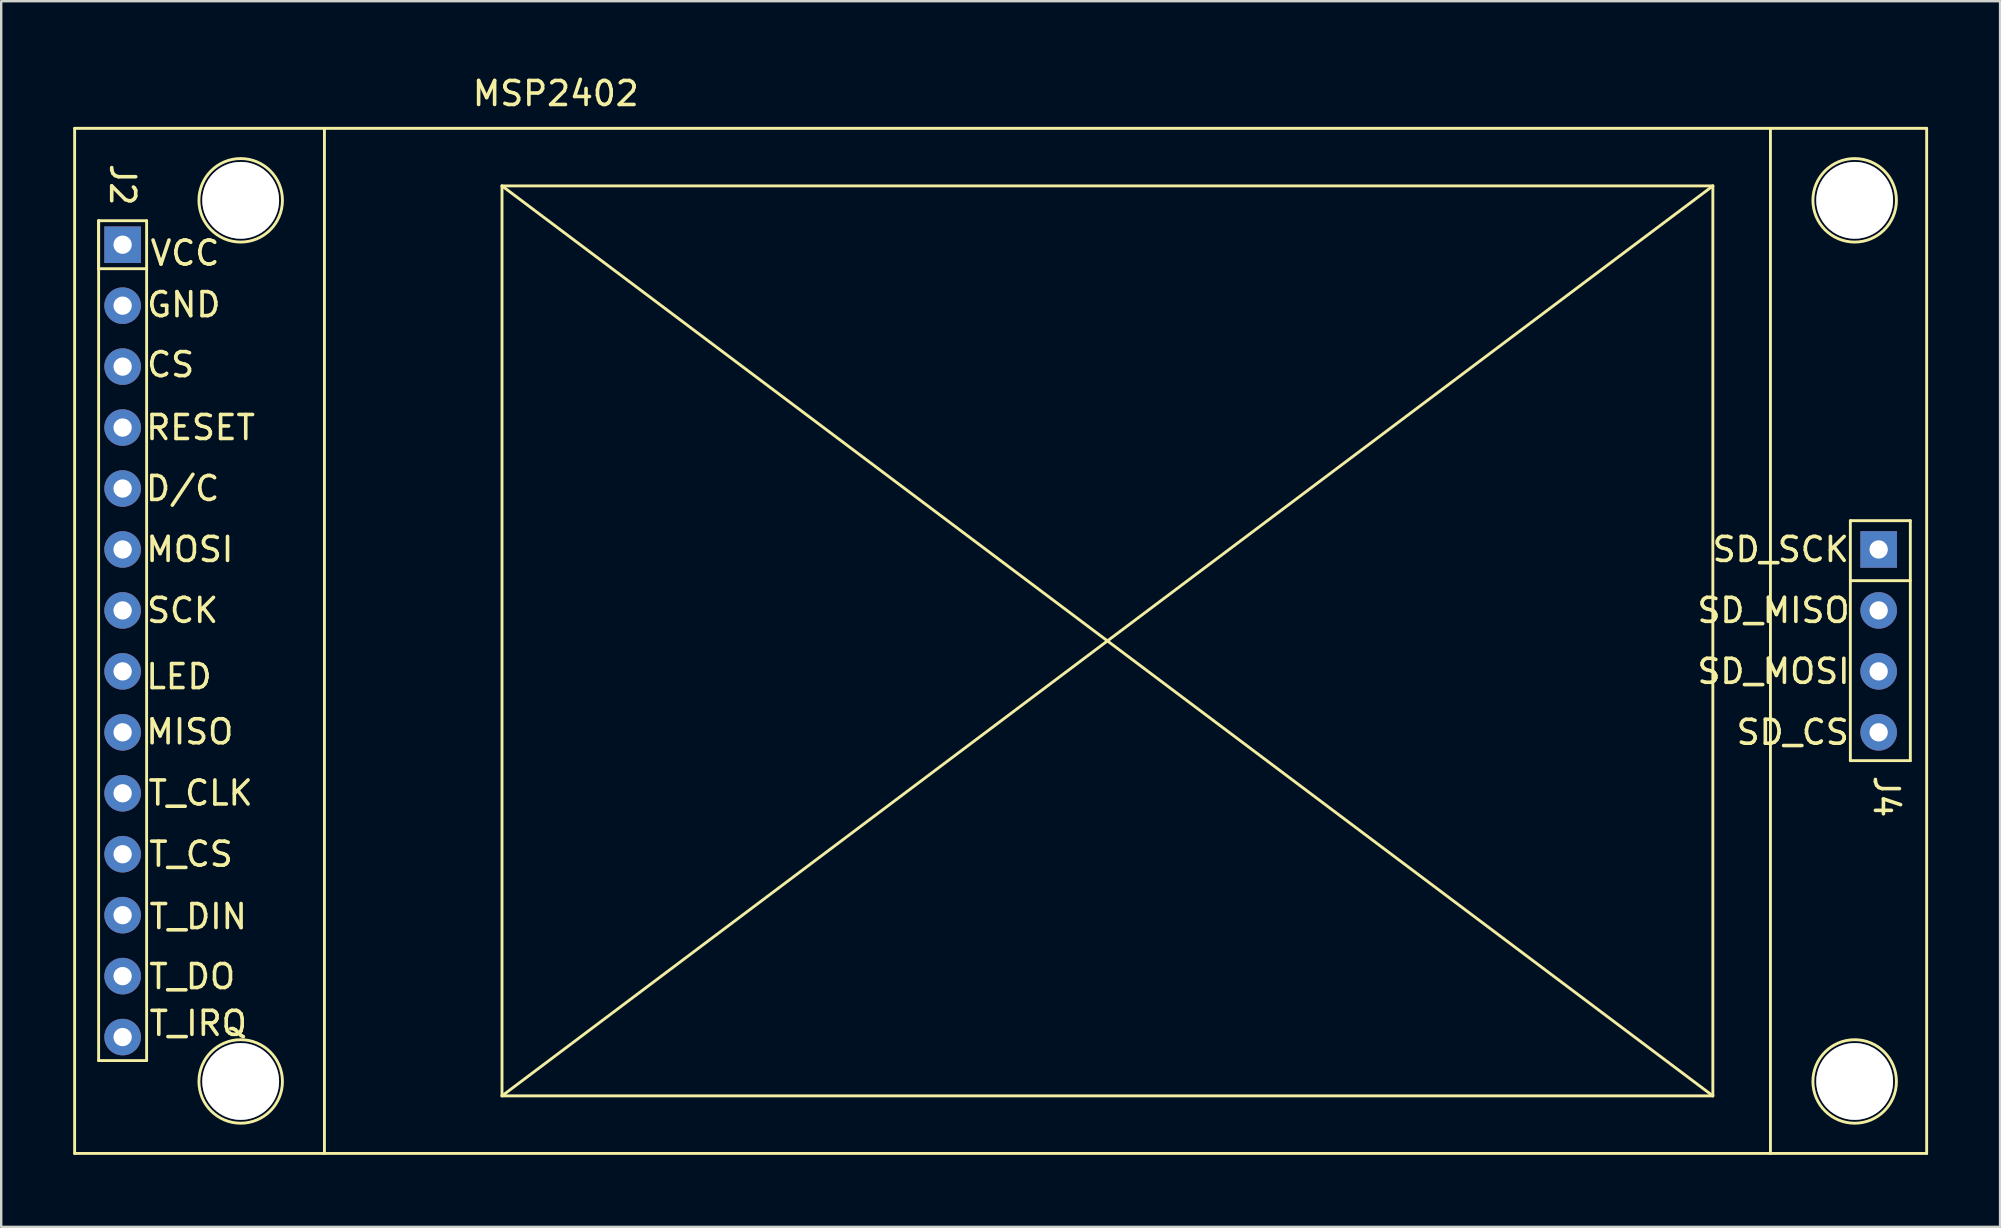
<source format=kicad_pcb>
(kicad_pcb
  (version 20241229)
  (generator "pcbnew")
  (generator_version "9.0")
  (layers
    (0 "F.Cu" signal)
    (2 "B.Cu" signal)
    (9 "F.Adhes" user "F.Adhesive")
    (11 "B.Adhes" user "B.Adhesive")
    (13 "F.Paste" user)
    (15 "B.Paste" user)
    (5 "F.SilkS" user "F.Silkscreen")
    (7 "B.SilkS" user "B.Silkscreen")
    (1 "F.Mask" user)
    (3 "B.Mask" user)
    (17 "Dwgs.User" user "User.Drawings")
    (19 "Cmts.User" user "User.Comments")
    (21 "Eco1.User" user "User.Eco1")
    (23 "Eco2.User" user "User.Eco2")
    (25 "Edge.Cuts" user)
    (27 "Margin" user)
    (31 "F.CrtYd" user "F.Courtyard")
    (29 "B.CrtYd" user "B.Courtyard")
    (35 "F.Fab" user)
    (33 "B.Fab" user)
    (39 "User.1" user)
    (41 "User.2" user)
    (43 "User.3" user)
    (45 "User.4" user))
  (footprint "MSP2402"
    (layer "F.Cu")
    (at 2.06 7.148)
    (property "Reference" "MSP2402" (at 18.05 -6.3 0) (layer "F.SilkS") (effects (font (size 1 1) (thickness 0.15))))
    (attr through_hole)
    (fp_line (start -2 -4.85) (end -2 37.87) (stroke (width 0.12) (type solid)) (layer "F.SilkS"))
    (fp_line (start -2 37.87) (end 75.18 37.87) (stroke (width 0.12) (type solid)) (layer "F.SilkS"))
    (fp_line (start -1 -1) (end -1 1) (stroke (width 0.12) (type solid)) (layer "F.SilkS"))
    (fp_line (start -1 -1) (end 1 -1) (stroke (width 0.12) (type solid)) (layer "F.SilkS"))
    (fp_line (start -1 1) (end 1 1) (stroke (width 0.12) (type solid)) (layer "F.SilkS"))
    (fp_line (start -1 34) (end -1 -1) (stroke (width 0.12) (type solid)) (layer "F.SilkS"))
    (fp_line (start 1 -1) (end 1 34) (stroke (width 0.12) (type solid)) (layer "F.SilkS"))
    (fp_line (start 1 34) (end -1 34) (stroke (width 0.12) (type solid)) (layer "F.SilkS"))
    (fp_line (start 8.41 -4.85) (end 8.41 37.87) (stroke (width 0.12) (type solid)) (layer "F.SilkS"))
    (fp_line (start 15.81 -2.45) (end 15.81 35.47) (stroke (width 0.12) (type solid)) (layer "F.SilkS"))
    (fp_line (start 15.81 -2.45) (end 66.27 35.47) (stroke (width 0.12) (type solid)) (layer "F.SilkS"))
    (fp_line (start 15.81 35.47) (end 66.27 -2.45) (stroke (width 0.12) (type solid)) (layer "F.SilkS"))
    (fp_line (start 15.81 35.47) (end 66.27 35.47) (stroke (width 0.12) (type solid)) (layer "F.SilkS"))
    (fp_line (start 66.27 -2.45) (end 15.81 -2.45) (stroke (width 0.12) (type solid)) (layer "F.SilkS"))
    (fp_line (start 66.27 35.47) (end 66.27 -2.45) (stroke (width 0.12) (type solid)) (layer "F.SilkS"))
    (fp_line (start 68.67 37.87) (end 68.67 -4.85) (stroke (width 0.12) (type solid)) (layer "F.SilkS"))
    (fp_line (start 72 11.5) (end 72 21.5) (stroke (width 0.12) (type solid)) (layer "F.SilkS"))
    (fp_line (start 72 14) (end 74.5 14) (stroke (width 0.12) (type solid)) (layer "F.SilkS"))
    (fp_line (start 72 21.5) (end 74.5 21.5) (stroke (width 0.12) (type solid)) (layer "F.SilkS"))
    (fp_line (start 74.5 11.5) (end 72 11.5) (stroke (width 0.12) (type solid)) (layer "F.SilkS"))
    (fp_line (start 74.5 21.5) (end 74.5 11.5) (stroke (width 0.12) (type solid)) (layer "F.SilkS"))
    (fp_line (start 75.18 -4.85) (end -2 -4.85) (stroke (width 0.12) (type solid)) (layer "F.SilkS"))
    (fp_line (start 75.18 37.87) (end 75.18 -4.85) (stroke (width 0.12) (type solid)) (layer "F.SilkS"))
    (fp_circle (center 4.92 -1.85) (end 6.66 -1.85) (stroke (width 0.12) (type solid)) (fill no) (layer "F.SilkS"))
    (fp_circle (center 4.92 34.87) (end 6.66 34.87) (stroke (width 0.12) (type solid)) (fill no) (layer "F.SilkS"))
    (fp_circle (center 72.18 -1.85) (end 73.92 -1.85) (stroke (width 0.12) (type solid)) (fill no) (layer "F.SilkS"))
    (fp_circle (center 72.18 34.87) (end 73.92 34.87) (stroke (width 0.12) (type solid)) (fill no) (layer "F.SilkS"))
    (fp_text user "LED" (at 2.35 18 0) (unlocked yes) (layer "F.SilkS") (effects (font (size 1 1) (thickness 0.15))))
    (fp_text user "SD_SCK" (at 69.1 12.7 0) (unlocked yes) (layer "F.SilkS") (effects (font (size 1 1) (thickness 0.15))))
    (fp_text user "SD_MISO" (at 68.8 15.24 0) (unlocked yes) (layer "F.SilkS") (effects (font (size 1 1) (thickness 0.15))))
    (fp_text user "T_DIN" (at 3.15 28 0) (unlocked yes) (layer "F.SilkS") (effects (font (size 1 1) (thickness 0.15))))
    (fp_text user "SCK" (at 2.5 15.24 0) (unlocked yes) (layer "F.SilkS") (effects (font (size 1 1) (thickness 0.15))))
    (fp_text user "J4" (at 73.5 23 270) (unlocked yes) (layer "F.SilkS") (effects (font (size 1 1) (thickness 0.15))))
    (fp_text user "MISO" (at 2.8 20.3 0) (unlocked yes) (layer "F.SilkS") (effects (font (size 1 1) (thickness 0.15))))
    (fp_text user "D/C" (at 2.5 10.16 0) (unlocked yes) (layer "F.SilkS") (effects (font (size 1 1) (thickness 0.15))))
    (fp_text user "CS" (at 2 5 0) (unlocked yes) (layer "F.SilkS") (effects (font (size 1 1) (thickness 0.15))))
    (fp_text user "SD_MOSI" (at 68.8 17.78 0) (unlocked yes) (layer "F.SilkS") (effects (font (size 1 1) (thickness 0.15))))
    (fp_text user "T_CLK" (at 3.25 22.85 0) (unlocked yes) (layer "F.SilkS") (effects (font (size 1 1) (thickness 0.15))))
    (fp_text user "MOSI" (at 2.8 12.7 0) (unlocked yes) (layer "F.SilkS") (effects (font (size 1 1) (thickness 0.15))))
    (fp_text user "RESET" (at 3.25 7.62 0) (unlocked yes) (layer "F.SilkS") (effects (font (size 1 1) (thickness 0.15))))
    (fp_text user "SD_CS" (at 69.6 20.32 0) (unlocked yes) (layer "F.SilkS") (effects (font (size 1 1) (thickness 0.15))))
    (fp_text user "J2" (at 0 -2.5 270) (unlocked yes) (layer "F.SilkS") (effects (font (size 1 1) (thickness 0.15))))
    (fp_text user "VCC" (at 2.6 0.35 0) (unlocked yes) (layer "F.SilkS") (effects (font (size 1 1) (thickness 0.15))))
    (fp_text user "GND" (at 2.55 2.5 0) (unlocked yes) (layer "F.SilkS") (effects (font (size 1 1) (thickness 0.15))))
    (fp_text user "T_CS" (at 2.85 25.4 0) (unlocked yes) (layer "F.SilkS") (effects (font (size 1 1) (thickness 0.15))))
    (fp_text user "T_DO" (at 2.9 30.5 0) (unlocked yes) (layer "F.SilkS") (effects (font (size 1 1) (thickness 0.15))))
    (fp_text user "T_IRQ" (at 3.15 32.45 0) (unlocked yes) (layer "F.SilkS") (effects (font (size 1 1) (thickness 0.15))))
    (pad "" thru_hole circle (at 4.92 -1.85) (size 3.2 3.2) (drill 3.2) (layers "*.Cu" "*.Mask"))
    (pad "" thru_hole circle (at 4.92 34.87) (size 3.2 3.2) (drill 3.2) (layers "*.Cu" "*.Mask"))
    (pad "" thru_hole circle (at 72.18 -1.85) (size 3.2 3.2) (drill 3.2) (layers "*.Cu" "*.Mask"))
    (pad "" thru_hole circle (at 72.18 34.87) (size 3.2 3.2) (drill 3.2) (layers "*.Cu" "*.Mask"))
    (pad "1" thru_hole rect (at 0 0) (size 1.524 1.524) (drill 0.762) (layers "*.Cu" "*.Mask"))
    (pad "2" thru_hole circle (at 0 2.54) (size 1.524 1.524) (drill 0.762) (layers "*.Cu" "*.Mask"))
    (pad "3" thru_hole circle (at 0 5.08) (size 1.524 1.524) (drill 0.762) (layers "*.Cu" "*.Mask"))
    (pad "4" thru_hole circle (at 0 7.62) (size 1.524 1.524) (drill 0.762) (layers "*.Cu" "*.Mask"))
    (pad "5" thru_hole circle (at 0 10.16) (size 1.524 1.524) (drill 0.762) (layers "*.Cu" "*.Mask"))
    (pad "6" thru_hole circle (at 0 12.7) (size 1.524 1.524) (drill 0.762) (layers "*.Cu" "*.Mask"))
    (pad "7" thru_hole circle (at 0 15.24) (size 1.524 1.524) (drill 0.762) (layers "*.Cu" "*.Mask"))
    (pad "8" thru_hole circle (at 0 17.78) (size 1.524 1.524) (drill 0.762) (layers "*.Cu" "*.Mask"))
    (pad "9" thru_hole circle (at 0 20.32) (size 1.524 1.524) (drill 0.762) (layers "*.Cu" "*.Mask"))
    (pad "10" thru_hole circle (at 0 22.86) (size 1.524 1.524) (drill 0.762) (layers "*.Cu" "*.Mask"))
    (pad "11" thru_hole circle (at 0 25.4) (size 1.524 1.524) (drill 0.762) (layers "*.Cu" "*.Mask"))
    (pad "12" thru_hole circle (at 0 27.94) (size 1.524 1.524) (drill 0.762) (layers "*.Cu" "*.Mask"))
    (pad "13" thru_hole circle (at 0 30.48) (size 1.524 1.524) (drill 0.762) (layers "*.Cu" "*.Mask"))
    (pad "14" thru_hole circle (at 0 33.02) (size 1.524 1.524) (drill 0.762) (layers "*.Cu" "*.Mask"))
    (pad "15" thru_hole rect (at 73.18 12.7) (size 1.524 1.524) (drill 0.762) (layers "*.Cu" "*.Mask"))
    (pad "16" thru_hole circle (at 73.18 15.24) (size 1.524 1.524) (drill 0.762) (layers "*.Cu" "*.Mask"))
    (pad "17" thru_hole circle (at 73.18 17.78) (size 1.524 1.524) (drill 0.762) (layers "*.Cu" "*.Mask"))
    (pad "18" thru_hole circle (at 73.18 20.32) (size 1.524 1.524) (drill 0.762) (layers "*.Cu" "*.Mask")))
  (gr_rect
    (start -3 -3)
    (end 80.3 48.078)
    (stroke (width 0.1) (type default))
    (fill no)
    (layer "Edge.Cuts")))
</source>
